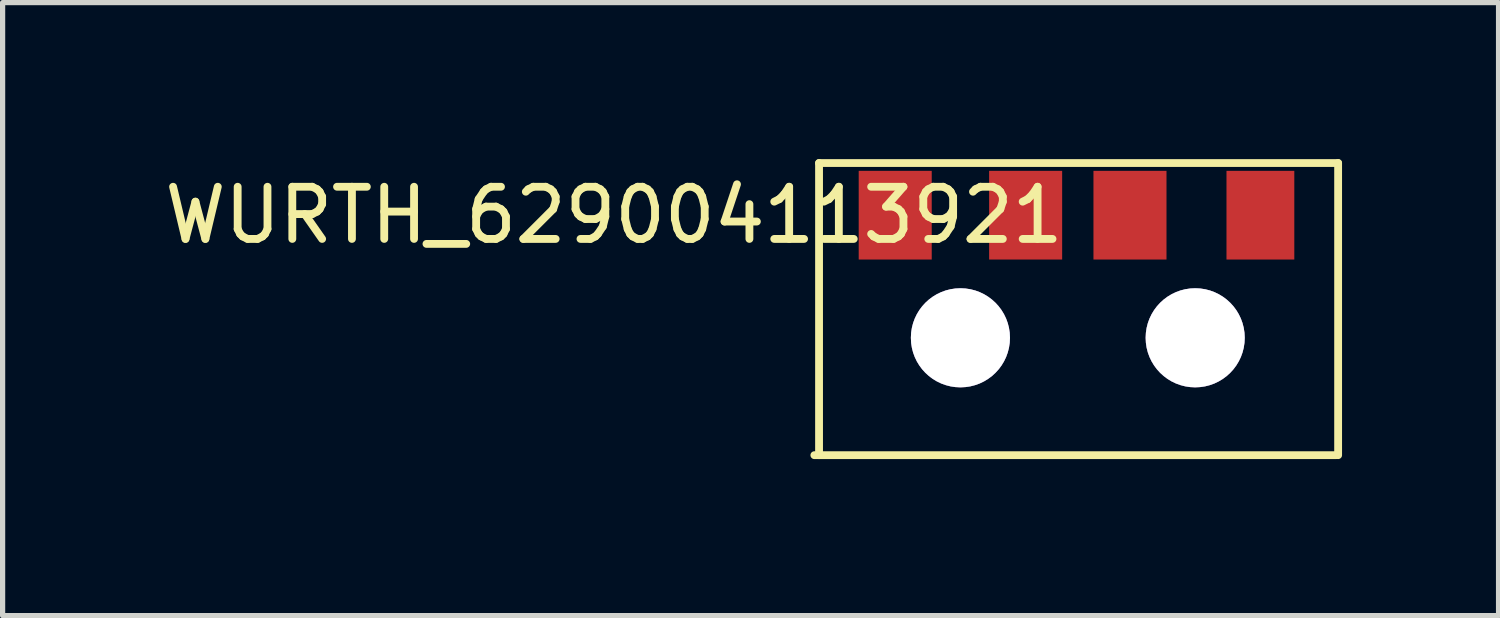
<source format=kicad_pcb>
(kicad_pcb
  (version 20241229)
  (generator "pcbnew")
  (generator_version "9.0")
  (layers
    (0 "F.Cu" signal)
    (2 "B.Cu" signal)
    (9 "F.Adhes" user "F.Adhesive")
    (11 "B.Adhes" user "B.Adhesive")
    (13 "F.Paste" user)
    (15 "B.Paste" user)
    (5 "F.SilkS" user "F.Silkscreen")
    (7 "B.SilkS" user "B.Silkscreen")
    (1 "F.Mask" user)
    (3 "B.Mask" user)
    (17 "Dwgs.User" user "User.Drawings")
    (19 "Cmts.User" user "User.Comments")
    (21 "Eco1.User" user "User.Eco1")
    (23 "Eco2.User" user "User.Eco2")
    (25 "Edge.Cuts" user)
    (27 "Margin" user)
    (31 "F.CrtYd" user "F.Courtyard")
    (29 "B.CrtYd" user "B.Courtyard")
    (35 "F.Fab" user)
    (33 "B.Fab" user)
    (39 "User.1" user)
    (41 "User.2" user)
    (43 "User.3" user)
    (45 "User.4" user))
  (footprint "WURTH_629004113921"
    (layer "F.Cu")
    (at 17.61 1.075)
    (property "Reference" "WURTH_629004113921" (at -8.89 0 180) (layer "F.SilkS") (effects (font (size 1 1) (thickness 0.15))))
    (attr through_hole)
    (fp_line (start -5.05 4.6) (end 4.95 4.6) (stroke (width 0.15) (type solid)) (layer "F.SilkS"))
    (fp_line (start -4.96 -1) (end -4.96 4.6) (stroke (width 0.15) (type solid)) (layer "F.SilkS"))
    (fp_line (start 4.99 -1) (end -4.96 -1) (stroke (width 0.15) (type solid)) (layer "F.SilkS"))
    (fp_line (start 4.99 4.6) (end 4.99 -1) (stroke (width 0.15) (type solid)) (layer "F.SilkS"))
    (pad "" thru_hole circle (at 2.25 2.35 180) (size 1.9 1.9) (drill 1.9) (layers "*.Cu" "*.Mask"))
    (pad "1" smd rect (at 3.5 0 180) (size 1.3 1.7) (layers "F.Cu" "F.Mask" "F.Paste"))
    (pad "2" smd rect (at 1 0 180) (size 1.4 1.7) (layers "F.Cu" "F.Mask" "F.Paste"))
    (pad "3" smd rect (at -1 0 180) (size 1.4 1.7) (layers "F.Cu" "F.Mask" "F.Paste"))
    (pad "4" smd rect (at -3.5 0 180) (size 1.4 1.7) (layers "F.Cu" "F.Mask" "F.Paste"))
    (pad "6" thru_hole circle (at -2.25 2.35 180) (size 1.9 1.9) (drill 1.9) (layers "*.Cu" "*.Mask")))
  (gr_rect
    (start -3 -3)
    (end 25.675 8.75)
    (stroke (width 0.1) (type default))
    (fill no)
    (layer "Edge.Cuts")))
</source>
